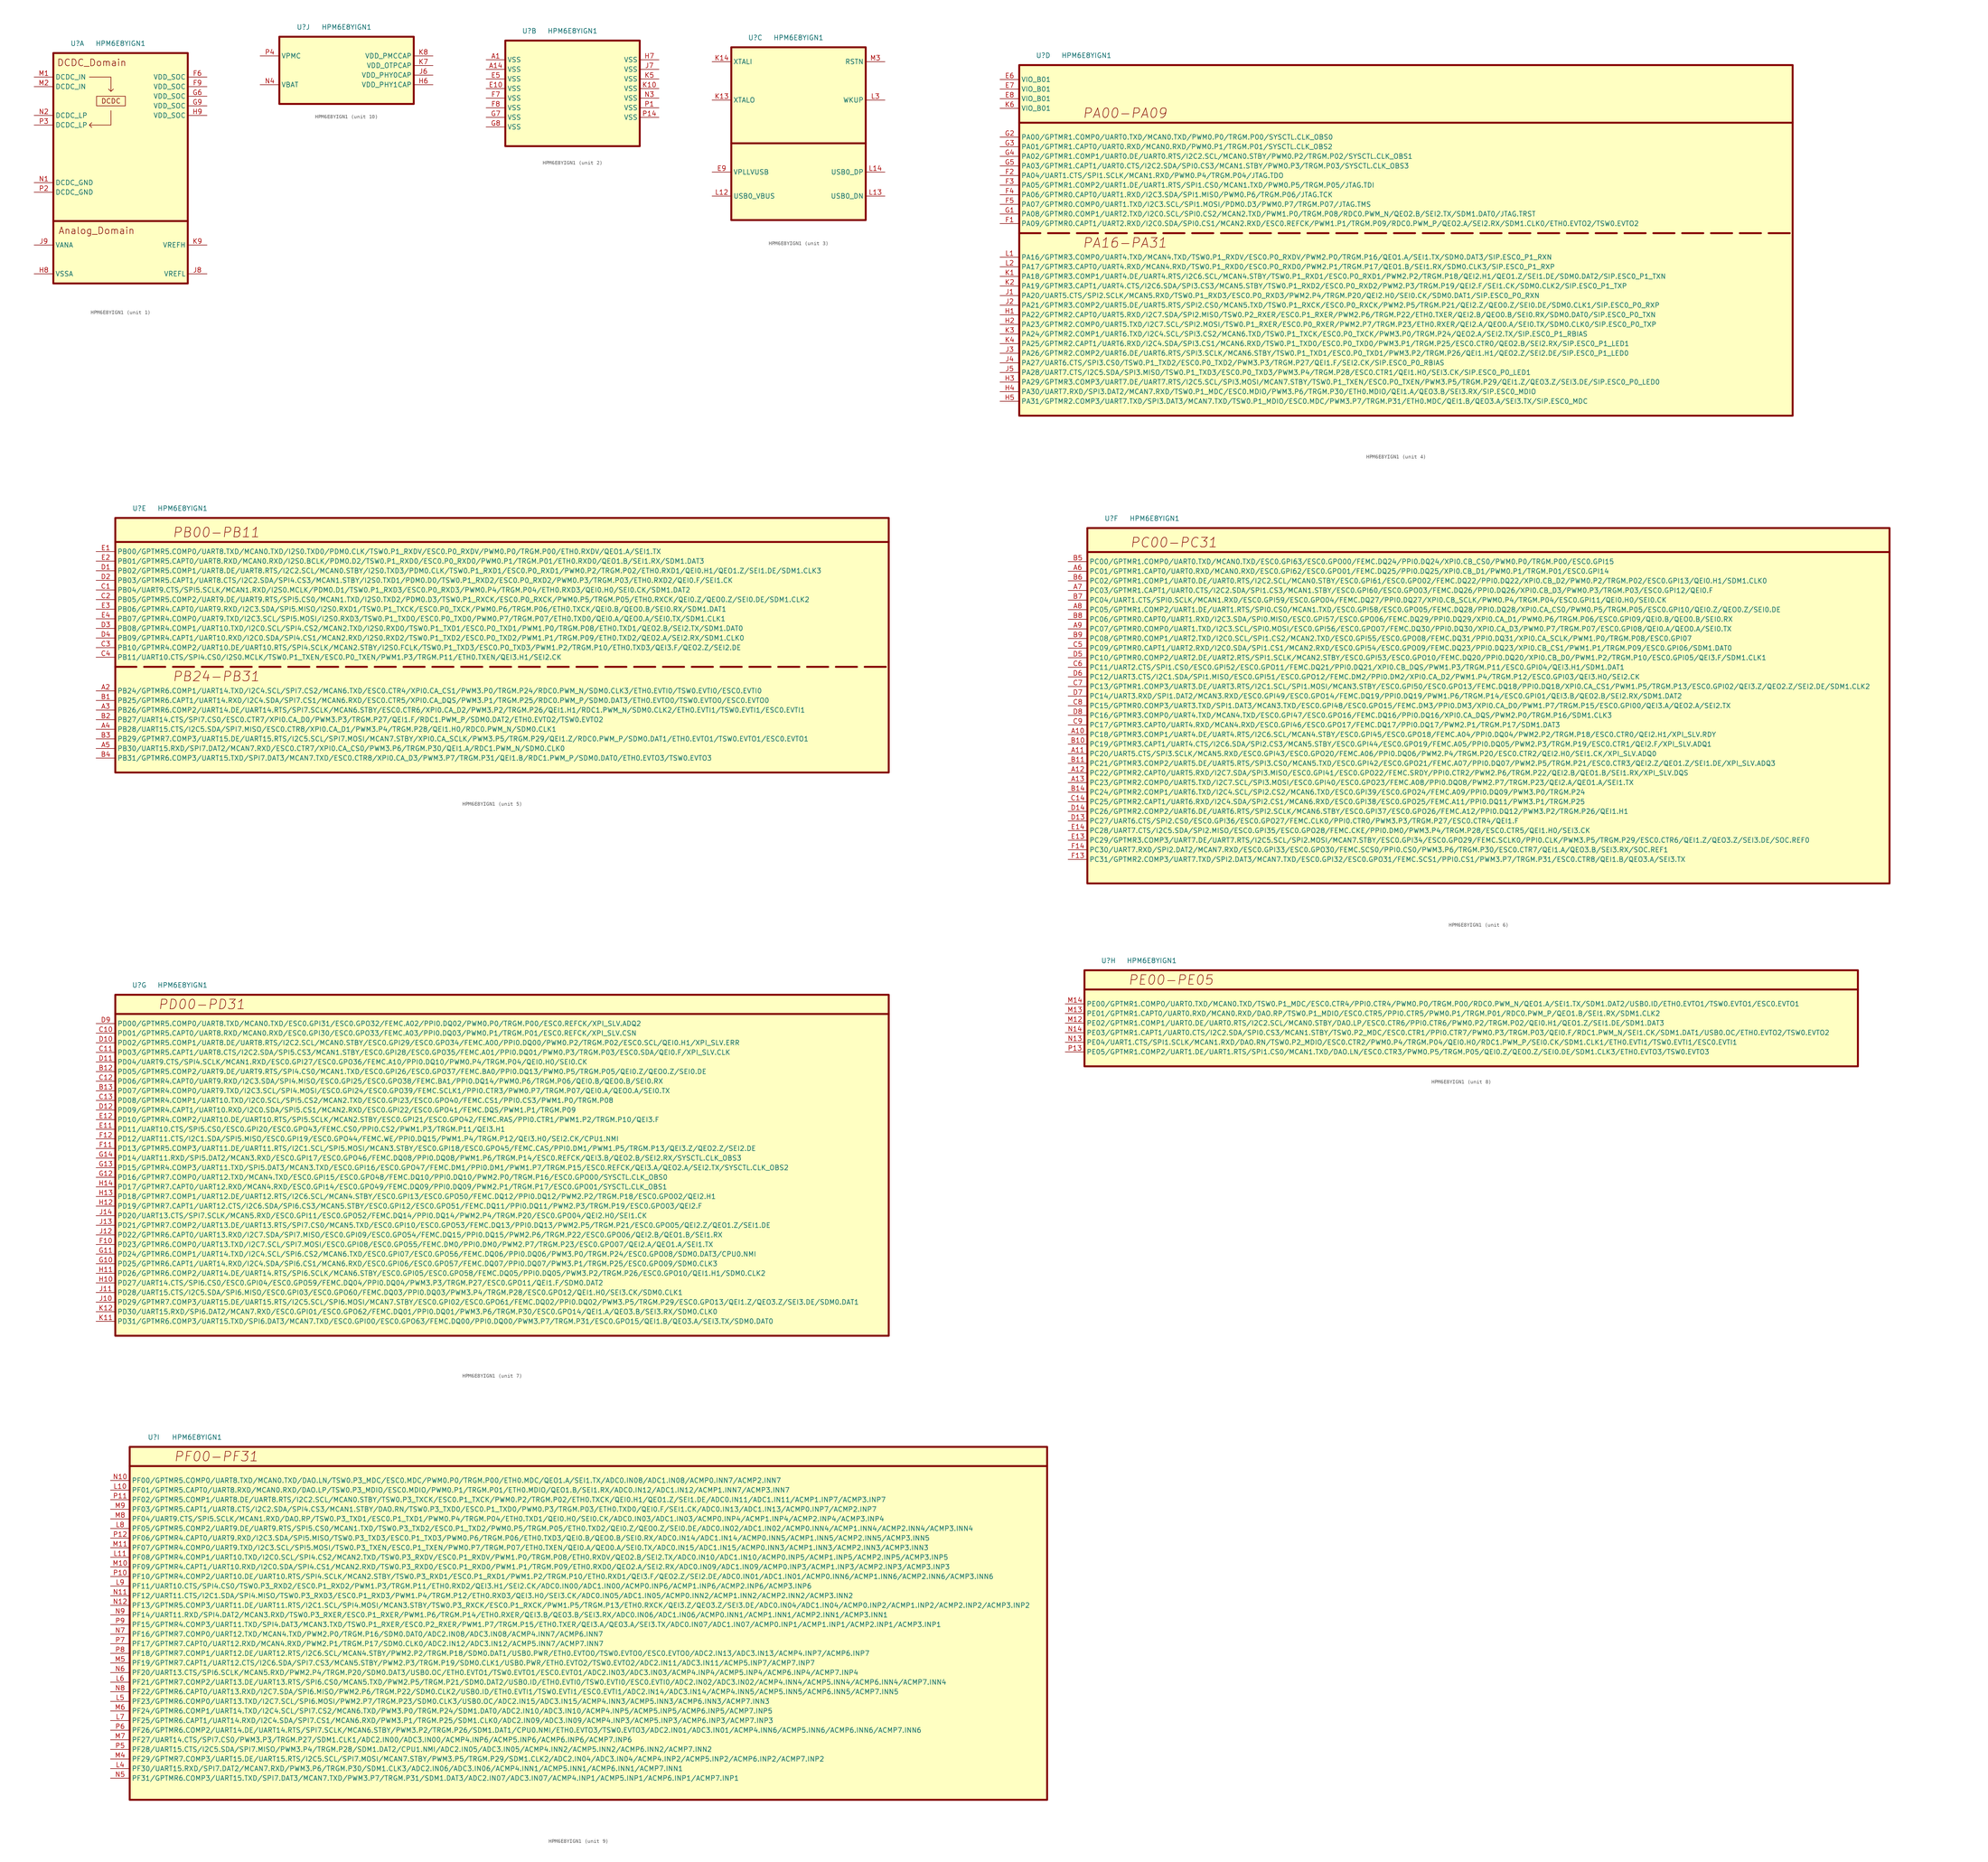
<source format=kicad_sym>
(kicad_symbol_lib
  (version 20220914)
  (generator kicad_symbol_editor)
  (symbol "HPM6E8YIGN1"
    (property "Reference" "U"
      (at 6.35 2.54 0)
      (effects (font (size 1.27 1.27))))
    (property "Value" "HPM6E8YIGN1"
      (at 17.78 2.54 0)
      (effects (font (size 1.27 1.27))))
    (property "ki_locked" ""
      (at 0 0 0)
      (effects (font (size 1.27 1.27))))
    (symbol "HPM6E8YIGN1_1_1"
      (polyline (pts (xy 0 -44.45) (xy 35.56 -44.45)) (stroke (width 0.508) (type default)) (fill (type none)))
      (polyline (pts (xy 9.525 -6.35) (xy 15.24 -6.35) (xy 15.24 -10.16) (xy 14.605 -9.525) (xy 15.24 -10.16) (xy 15.875 -9.525)) (stroke (width 0) (type default)) (fill (type none)))
      (polyline (pts (xy 15.24 -15.24) (xy 15.24 -19.05) (xy 9.525 -19.05) (xy 10.16 -18.415) (xy 9.525 -19.05) (xy 10.16 -19.685)) (stroke (width 0) (type default)) (fill (type none)))
      (rectangle (start 0 0) (end 35.56 -60.96) (stroke (width 0.508) (type default)) (fill (type background)))
      (rectangle (start 11.43 -11.43) (end 19.05 -13.97) (stroke (width 0) (type default)) (fill (type none)))
      (text "Analog_Domain" (at 11.43 -46.99 0) (effects (font (size 1.778 1.778))))
      (text "DCDC" (at 15.24 -12.7 0) (effects (font (size 1.27 1.27))))
      (text "DCDC_Domain" (at 10.16 -2.54 0) (effects (font (size 1.778 1.778))))
      (pin power_in line (at 40.64 -6.35 180) (length 5.08) (name "VDD_SOC" (effects (font (size 1.27 1.27)))) (number "F6" (effects (font (size 1.27 1.27)))))
      (pin power_in line (at 40.64 -8.89 180) (length 5.08) (name "VDD_SOC" (effects (font (size 1.27 1.27)))) (number "F9" (effects (font (size 1.27 1.27)))))
      (pin power_in line (at 40.64 -11.43 180) (length 5.08) (name "VDD_SOC" (effects (font (size 1.27 1.27)))) (number "G6" (effects (font (size 1.27 1.27)))))
      (pin power_in line (at 40.64 -13.97 180) (length 5.08) (name "VDD_SOC" (effects (font (size 1.27 1.27)))) (number "G9" (effects (font (size 1.27 1.27)))))
      (pin power_in line (at -5.08 -58.42 0) (length 5.08) (name "VSSA" (effects (font (size 1.27 1.27)))) (number "H8" (effects (font (size 1.27 1.27)))))
      (pin power_in line (at 40.64 -16.51 180) (length 5.08) (name "VDD_SOC" (effects (font (size 1.27 1.27)))) (number "H9" (effects (font (size 1.27 1.27)))))
      (pin power_in line (at 40.64 -58.42 180) (length 5.08) (name "VREFL" (effects (font (size 1.27 1.27)))) (number "J8" (effects (font (size 1.27 1.27)))))
      (pin power_in line (at -5.08 -50.8 0) (length 5.08) (name "VANA" (effects (font (size 1.27 1.27)))) (number "J9" (effects (font (size 1.27 1.27)))))
      (pin power_in line (at 40.64 -50.8 180) (length 5.08) (name "VREFH" (effects (font (size 1.27 1.27)))) (number "K9" (effects (font (size 1.27 1.27)))))
      (pin power_in line (at -5.08 -6.35 0) (length 5.08) (name "DCDC_IN" (effects (font (size 1.27 1.27)))) (number "M1" (effects (font (size 1.27 1.27)))))
      (pin power_in line (at -5.08 -8.89 0) (length 5.08) (name "DCDC_IN" (effects (font (size 1.27 1.27)))) (number "M2" (effects (font (size 1.27 1.27)))))
      (pin power_in line (at -5.08 -34.29 0) (length 5.08) (name "DCDC_GND" (effects (font (size 1.27 1.27)))) (number "N1" (effects (font (size 1.27 1.27)))))
      (pin power_in line (at -5.08 -16.51 0) (length 5.08) (name "DCDC_LP" (effects (font (size 1.27 1.27)))) (number "N2" (effects (font (size 1.27 1.27)))))
      (pin power_in line (at -5.08 -36.83 0) (length 5.08) (name "DCDC_GND" (effects (font (size 1.27 1.27)))) (number "P2" (effects (font (size 1.27 1.27)))))
      (pin power_in line (at -5.08 -19.05 0) (length 5.08) (name "DCDC_LP" (effects (font (size 1.27 1.27)))) (number "P3" (effects (font (size 1.27 1.27))))))
    (symbol "HPM6E8YIGN1_2_1"
      (rectangle (start 0 0) (end 35.56 -27.94) (stroke (width 0.508) (type default)) (fill (type background)))
      (pin power_in line (at -5.08 -5.08 0) (length 5.08) (name "VSS" (effects (font (size 1.27 1.27)))) (number "A1" (effects (font (size 1.27 1.27)))))
      (pin power_in line (at -5.08 -7.62 0) (length 5.08) (name "VSS" (effects (font (size 1.27 1.27)))) (number "A14" (effects (font (size 1.27 1.27)))))
      (pin power_in line (at -5.08 -12.7 0) (length 5.08) (name "VSS" (effects (font (size 1.27 1.27)))) (number "E10" (effects (font (size 1.27 1.27)))))
      (pin power_in line (at -5.08 -10.16 0) (length 5.08) (name "VSS" (effects (font (size 1.27 1.27)))) (number "E5" (effects (font (size 1.27 1.27)))))
      (pin power_in line (at -5.08 -15.24 0) (length 5.08) (name "VSS" (effects (font (size 1.27 1.27)))) (number "F7" (effects (font (size 1.27 1.27)))))
      (pin power_in line (at -5.08 -17.78 0) (length 5.08) (name "VSS" (effects (font (size 1.27 1.27)))) (number "F8" (effects (font (size 1.27 1.27)))))
      (pin power_in line (at -5.08 -20.32 0) (length 5.08) (name "VSS" (effects (font (size 1.27 1.27)))) (number "G7" (effects (font (size 1.27 1.27)))))
      (pin power_in line (at -5.08 -22.86 0) (length 5.08) (name "VSS" (effects (font (size 1.27 1.27)))) (number "G8" (effects (font (size 1.27 1.27)))))
      (pin power_in line (at 40.64 -5.08 180) (length 5.08) (name "VSS" (effects (font (size 1.27 1.27)))) (number "H7" (effects (font (size 1.27 1.27)))))
      (pin power_in line (at 40.64 -7.62 180) (length 5.08) (name "VSS" (effects (font (size 1.27 1.27)))) (number "J7" (effects (font (size 1.27 1.27)))))
      (pin power_in line (at 40.64 -12.7 180) (length 5.08) (name "VSS" (effects (font (size 1.27 1.27)))) (number "K10" (effects (font (size 1.27 1.27)))))
      (pin power_in line (at 40.64 -10.16 180) (length 5.08) (name "VSS" (effects (font (size 1.27 1.27)))) (number "K5" (effects (font (size 1.27 1.27)))))
      (pin power_in line (at 40.64 -15.24 180) (length 5.08) (name "VSS" (effects (font (size 1.27 1.27)))) (number "N3" (effects (font (size 1.27 1.27)))))
      (pin power_in line (at 40.64 -17.78 180) (length 5.08) (name "VSS" (effects (font (size 1.27 1.27)))) (number "P1" (effects (font (size 1.27 1.27)))))
      (pin power_in line (at 40.64 -20.32 180) (length 5.08) (name "VSS" (effects (font (size 1.27 1.27)))) (number "P14" (effects (font (size 1.27 1.27))))))
    (symbol "HPM6E8YIGN1_3_1"
      (polyline (pts (xy 0 -25.4) (xy 35.56 -25.4)) (stroke (width 0.508) (type default)) (fill (type none)))
      (rectangle (start 0 0) (end 35.56 -45.72) (stroke (width 0.508) (type default)) (fill (type background)))
      (pin input line (at -5.08 -33.02 0) (length 5.08) (name "VPLLVUSB" (effects (font (size 1.27 1.27)))) (number "E9" (effects (font (size 1.27 1.27)))))
      (pin input line (at -5.08 -13.97 0) (length 5.08) (name "XTALO" (effects (font (size 1.27 1.27)))) (number "K13" (effects (font (size 1.27 1.27)))))
      (pin input line (at -5.08 -3.81 0) (length 5.08) (name "XTALI" (effects (font (size 1.27 1.27)))) (number "K14" (effects (font (size 1.27 1.27)))))
      (pin input line (at -5.08 -39.37 0) (length 5.08) (name "USB0_VBUS" (effects (font (size 1.27 1.27)))) (number "L12" (effects (font (size 1.27 1.27)))))
      (pin input line (at 40.64 -39.37 180) (length 5.08) (name "USB0_DN" (effects (font (size 1.27 1.27)))) (number "L13" (effects (font (size 1.27 1.27)))))
      (pin input line (at 40.64 -33.02 180) (length 5.08) (name "USB0_DP" (effects (font (size 1.27 1.27)))) (number "L14" (effects (font (size 1.27 1.27)))))
      (pin input line (at 40.64 -13.97 180) (length 5.08) (name "WKUP" (effects (font (size 1.27 1.27)))) (number "L3" (effects (font (size 1.27 1.27)))))
      (pin input line (at 40.64 -3.81 180) (length 5.08) (name "RSTN" (effects (font (size 1.27 1.27)))) (number "M3" (effects (font (size 1.27 1.27))))))
    (symbol "HPM6E8YIGN1_4_1"
      (polyline (pts (xy 0 -44.45) (xy 204.47 -44.45)) (stroke (width 0.508) (type dash)) (fill (type none)))
      (polyline (pts (xy 0 -15.24) (xy 204.47 -15.24)) (stroke (width 0.508) (type default)) (fill (type none)))
      (rectangle (start 0 0) (end 204.47 -92.71) (stroke (width 0.508) (type default)) (fill (type background)))
      (text "PA00-PA09" (at 27.94 -12.7 0) (effects (font (size 2.54 2.54) italic)))
      (text "PA16-PA31" (at 27.94 -46.99 0) (effects (font (size 2.54 2.54) italic)))
      (pin input line (at -5.08 -3.81 0) (length 5.08) (name "VIO_B01" (effects (font (size 1.27 1.27)))) (number "E6" (effects (font (size 1.27 1.27)))))
      (pin input line (at -5.08 -6.35 0) (length 5.08) (name "VIO_B01" (effects (font (size 1.27 1.27)))) (number "E7" (effects (font (size 1.27 1.27)))))
      (pin input line (at -5.08 -8.89 0) (length 5.08) (name "VIO_B01" (effects (font (size 1.27 1.27)))) (number "E8" (effects (font (size 1.27 1.27)))))
      (pin input line (at -5.08 -41.91 0) (length 5.08) (name "PA09/GPTMR0.CAPT1/UART2.RXD/I2C0.SDA/SPI0.CS1/MCAN2.RXD/ESC0.REFCK/PWM1.P1/TRGM.P09/RDC0.PWM_P/QEO2.A/SEI2.RX/SDM1.CLK0/ETH0.EVTO2/TSW0.EVTO2" (effects (font (size 1.27 1.27)))) (number "F1" (effects (font (size 1.27 1.27)))))
      (pin input line (at -5.08 -29.21 0) (length 5.08) (name "PA04/UART1.CTS/SPI1.SCLK/MCAN1.RXD/PWM0.P4/TRGM.P04/JTAG.TDO" (effects (font (size 1.27 1.27)))) (number "F2" (effects (font (size 1.27 1.27)))))
      (pin input line (at -5.08 -31.75 0) (length 5.08) (name "PA05/GPTMR1.COMP2/UART1.DE/UART1.RTS/SPI1.CS0/MCAN1.TXD/PWM0.P5/TRGM.P05/JTAG.TDI" (effects (font (size 1.27 1.27)))) (number "F3" (effects (font (size 1.27 1.27)))))
      (pin input line (at -5.08 -34.29 0) (length 5.08) (name "PA06/GPTMR0.CAPT0/UART1.RXD/I2C3.SDA/SPI1.MISO/PWM0.P6/TRGM.P06/JTAG.TCK" (effects (font (size 1.27 1.27)))) (number "F4" (effects (font (size 1.27 1.27)))))
      (pin input line (at -5.08 -36.83 0) (length 5.08) (name "PA07/GPTMR0.COMP0/UART1.TXD/I2C3.SCL/SPI1.MOSI/PDM0.D3/PWM0.P7/TRGM.P07/JTAG.TMS" (effects (font (size 1.27 1.27)))) (number "F5" (effects (font (size 1.27 1.27)))))
      (pin input line (at -5.08 -39.37 0) (length 5.08) (name "PA08/GPTMR0.COMP1/UART2.TXD/I2C0.SCL/SPI0.CS2/MCAN2.TXD/PWM1.P0/TRGM.P08/RDC0.PWM_N/QEO2.B/SEI2.TX/SDM1.DAT0/JTAG.TRST" (effects (font (size 1.27 1.27)))) (number "G1" (effects (font (size 1.27 1.27)))))
      (pin input line (at -5.08 -19.05 0) (length 5.08) (name "PA00/GPTMR1.COMP0/UART0.TXD/MCAN0.TXD/PWM0.P0/TRGM.P00/SYSCTL.CLK_OBS0" (effects (font (size 1.27 1.27)))) (number "G2" (effects (font (size 1.27 1.27)))))
      (pin input line (at -5.08 -21.59 0) (length 5.08) (name "PA01/GPTMR1.CAPT0/UART0.RXD/MCAN0.RXD/PWM0.P1/TRGM.P01/SYSCTL.CLK_OBS2" (effects (font (size 1.27 1.27)))) (number "G3" (effects (font (size 1.27 1.27)))))
      (pin input line (at -5.08 -24.13 0) (length 5.08) (name "PA02/GPTMR1.COMP1/UART0.DE/UART0.RTS/I2C2.SCL/MCAN0.STBY/PWM0.P2/TRGM.P02/SYSCTL.CLK_OBS1" (effects (font (size 1.27 1.27)))) (number "G4" (effects (font (size 1.27 1.27)))))
      (pin input line (at -5.08 -26.67 0) (length 5.08) (name "PA03/GPTMR1.CAPT1/UART0.CTS/I2C2.SDA/SPI0.CS3/MCAN1.STBY/PWM0.P3/TRGM.P03/SYSCTL.CLK_OBS3" (effects (font (size 1.27 1.27)))) (number "G5" (effects (font (size 1.27 1.27)))))
      (pin input line (at -5.08 -66.04 0) (length 5.08) (name "PA22/GPTMR2.CAPT0/UART5.RXD/I2C7.SDA/SPI2.MISO/TSW0.P2_RXER/ESC0.P1_RXER/PWM2.P6/TRGM.P22/ETH0.TXER/QEI2.B/QEO0.B/SEI0.RX/SDM0.DAT0/SIP.ESC0_P0_TXN" (effects (font (size 1.27 1.27)))) (number "H1" (effects (font (size 1.27 1.27)))))
      (pin input line (at -5.08 -68.58 0) (length 5.08) (name "PA23/GPTMR2.COMP0/UART5.TXD/I2C7.SCL/SPI2.MOSI/TSW0.P1_RXER/ESC0.P0_RXER/PWM2.P7/TRGM.P23/ETH0.RXER/QEI2.A/QEO0.A/SEI0.TX/SDM0.CLK0/SIP.ESC0_P0_TXP" (effects (font (size 1.27 1.27)))) (number "H2" (effects (font (size 1.27 1.27)))))
      (pin input line (at -5.08 -83.82 0) (length 5.08) (name "PA29/GPTMR3.COMP3/UART7.DE/UART7.RTS/I2C5.SCL/SPI3.MOSI/MCAN7.STBY/TSW0.P1_TXEN/ESC0.P0_TXEN/PWM3.P5/TRGM.P29/QEI1.Z/QEO3.Z/SEI3.DE/SIP.ESC0_P0_LED0" (effects (font (size 1.27 1.27)))) (number "H3" (effects (font (size 1.27 1.27)))))
      (pin input line (at -5.08 -86.36 0) (length 5.08) (name "PA30/UART7.RXD/SPI3.DAT2/MCAN7.RXD/TSW0.P1_MDC/ESC0.MDIO/PWM3.P6/TRGM.P30/ETH0.MDIO/QEI1.A/QEO3.B/SEI3.RX/SIP.ESC0_MDIO" (effects (font (size 1.27 1.27)))) (number "H4" (effects (font (size 1.27 1.27)))))
      (pin input line (at -5.08 -88.9 0) (length 5.08) (name "PA31/GPTMR2.COMP3/UART7.TXD/SPI3.DAT3/MCAN7.TXD/TSW0.P1_MDIO/ESC0.MDC/PWM3.P7/TRGM.P31/ETH0.MDC/QEI1.B/QEO3.A/SEI3.TX/SIP.ESC0_MDC" (effects (font (size 1.27 1.27)))) (number "H5" (effects (font (size 1.27 1.27)))))
      (pin input line (at -5.08 -60.96 0) (length 5.08) (name "PA20/UART5.CTS/SPI2.SCLK/MCAN5.RXD/TSW0.P1_RXD3/ESC0.P0_RXD3/PWM2.P4/TRGM.P20/QEI2.H0/SEI0.CK/SDM0.DAT1/SIP.ESC0_P0_RXN" (effects (font (size 1.27 1.27)))) (number "J1" (effects (font (size 1.27 1.27)))))
      (pin input line (at -5.08 -63.5 0) (length 5.08) (name "PA21/GPTMR3.COMP2/UART5.DE/UART5.RTS/SPI2.CS0/MCAN5.TXD/TSW0.P1_RXCK/ESC0.P0_RXCK/PWM2.P5/TRGM.P21/QEI2.Z/QEO0.Z/SEI0.DE/SDM0.CLK1/SIP.ESC0_P0_RXP" (effects (font (size 1.27 1.27)))) (number "J2" (effects (font (size 1.27 1.27)))))
      (pin input line (at -5.08 -76.2 0) (length 5.08) (name "PA26/GPTMR2.COMP2/UART6.DE/UART6.RTS/SPI3.SCLK/MCAN6.STBY/TSW0.P1_TXD1/ESC0.P0_TXD1/PWM3.P2/TRGM.P26/QEI1.H1/QEO2.Z/SEI2.DE/SIP.ESC0_P1_LED0" (effects (font (size 1.27 1.27)))) (number "J3" (effects (font (size 1.27 1.27)))))
      (pin input line (at -5.08 -78.74 0) (length 5.08) (name "PA27/UART6.CTS/SPI3.CS0/TSW0.P1_TXD2/ESC0.P0_TXD2/PWM3.P3/TRGM.P27/QEI1.F/SEI2.CK/SIP.ESC0_P0_RBIAS" (effects (font (size 1.27 1.27)))) (number "J4" (effects (font (size 1.27 1.27)))))
      (pin input line (at -5.08 -81.28 0) (length 5.08) (name "PA28/UART7.CTS/I2C5.SDA/SPI3.MISO/TSW0.P1_TXD3/ESC0.P0_TXD3/PWM3.P4/TRGM.P28/ESC0.CTR1/QEI1.H0/SEI3.CK/SIP.ESC0_P0_LED1" (effects (font (size 1.27 1.27)))) (number "J5" (effects (font (size 1.27 1.27)))))
      (pin input line (at -5.08 -55.88 0) (length 5.08) (name "PA18/GPTMR3.COMP1/UART4.DE/UART4.RTS/I2C6.SCL/MCAN4.STBY/TSW0.P1_RXD1/ESC0.P0_RXD1/PWM2.P2/TRGM.P18/QEI2.H1/QEO1.Z/SEI1.DE/SDM0.DAT2/SIP.ESC0_P1_TXN" (effects (font (size 1.27 1.27)))) (number "K1" (effects (font (size 1.27 1.27)))))
      (pin input line (at -5.08 -58.42 0) (length 5.08) (name "PA19/GPTMR3.CAPT1/UART4.CTS/I2C6.SDA/SPI3.CS3/MCAN5.STBY/TSW0.P1_RXD2/ESC0.P0_RXD2/PWM2.P3/TRGM.P19/QEI2.F/SEI1.CK/SDM0.CLK2/SIP.ESC0_P1_TXP" (effects (font (size 1.27 1.27)))) (number "K2" (effects (font (size 1.27 1.27)))))
      (pin input line (at -5.08 -71.12 0) (length 5.08) (name "PA24/GPTMR2.COMP1/UART6.TXD/I2C4.SCL/SPI3.CS2/MCAN6.TXD/TSW0.P1_TXCK/ESC0.P0_TXCK/PWM3.P0/TRGM.P24/QEO2.A/SEI2.TX/SIP.ESC0_P1_RBIAS" (effects (font (size 1.27 1.27)))) (number "K3" (effects (font (size 1.27 1.27)))))
      (pin input line (at -5.08 -73.66 0) (length 5.08) (name "PA25/GPTMR2.CAPT1/UART6.RXD/I2C4.SDA/SPI3.CS1/MCAN6.RXD/TSW0.P1_TXD0/ESC0.P0_TXD0/PWM3.P1/TRGM.P25/ESC0.CTR0/QEO2.B/SEI2.RX/SIP.ESC0_P1_LED1" (effects (font (size 1.27 1.27)))) (number "K4" (effects (font (size 1.27 1.27)))))
      (pin input line (at -5.08 -11.43 0) (length 5.08) (name "VIO_B01" (effects (font (size 1.27 1.27)))) (number "K6" (effects (font (size 1.27 1.27)))))
      (pin input line (at -5.08 -50.8 0) (length 5.08) (name "PA16/GPTMR3.COMP0/UART4.TXD/MCAN4.TXD/TSW0.P1_RXDV/ESC0.P0_RXDV/PWM2.P0/TRGM.P16/QEO1.A/SEI1.TX/SDM0.DAT3/SIP.ESC0_P1_RXN" (effects (font (size 1.27 1.27)))) (number "L1" (effects (font (size 1.27 1.27)))))
      (pin input line (at -5.08 -53.34 0) (length 5.08) (name "PA17/GPTMR3.CAPT0/UART4.RXD/MCAN4.RXD/TSW0.P1_RXD0/ESC0.P0_RXD0/PWM2.P1/TRGM.P17/QEO1.B/SEI1.RX/SDM0.CLK3/SIP.ESC0_P1_RXP" (effects (font (size 1.27 1.27)))) (number "L2" (effects (font (size 1.27 1.27))))))
    (symbol "HPM6E8YIGN1_5_1"
      (polyline (pts (xy 0 -39.37) (xy 204.47 -39.37)) (stroke (width 0.508) (type dash)) (fill (type none)))
      (polyline (pts (xy 0 -6.35) (xy 204.47 -6.35)) (stroke (width 0.508) (type solid)) (fill (type none)))
      (rectangle (start 0 0) (end 204.47 -67.31) (stroke (width 0.508) (type default)) (fill (type background)))
      (text "PB00-PB11" (at 26.67 -3.81 0) (effects (font (size 2.54 2.54) italic)))
      (text "PB24-PB31" (at 26.67 -41.91 0) (effects (font (size 2.54 2.54) italic)))
      (pin input line (at -5.08 -45.72 0) (length 5.08) (name "PB24/GPTMR6.COMP1/UART14.TXD/I2C4.SCL/SPI7.CS2/MCAN6.TXD/ESC0.CTR4/XPI0.CA_CS1/PWM3.P0/TRGM.P24/RDC0.PWM_N/SDM0.CLK3/ETH0.EVTI0/TSW0.EVTI0/ESC0.EVTI0" (effects (font (size 1.27 1.27)))) (number "A2" (effects (font (size 1.27 1.27)))))
      (pin input line (at -5.08 -50.8 0) (length 5.08) (name "PB26/GPTMR6.COMP2/UART14.DE/UART14.RTS/SPI7.SCLK/MCAN6.STBY/ESC0.CTR6/XPI0.CA_D2/PWM3.P2/TRGM.P26/QEI1.H1/RDC1.PWM_N/SDM0.CLK2/ETH0.EVTI1/TSW0.EVTI1/ESC0.EVTI1" (effects (font (size 1.27 1.27)))) (number "A3" (effects (font (size 1.27 1.27)))))
      (pin input line (at -5.08 -55.88 0) (length 5.08) (name "PB28/UART15.CTS/I2C5.SDA/SPI7.MISO/ESC0.CTR8/XPI0.CA_D1/PWM3.P4/TRGM.P28/QEI1.H0/RDC0.PWM_N/SDM0.CLK1" (effects (font (size 1.27 1.27)))) (number "A4" (effects (font (size 1.27 1.27)))))
      (pin input line (at -5.08 -60.96 0) (length 5.08) (name "PB30/UART15.RXD/SPI7.DAT2/MCAN7.RXD/ESC0.CTR7/XPI0.CA_CS0/PWM3.P6/TRGM.P30/QEI1.A/RDC1.PWM_N/SDM0.CLK0" (effects (font (size 1.27 1.27)))) (number "A5" (effects (font (size 1.27 1.27)))))
      (pin input line (at -5.08 -48.26 0) (length 5.08) (name "PB25/GPTMR6.CAPT1/UART14.RXD/I2C4.SDA/SPI7.CS1/MCAN6.RXD/ESC0.CTR5/XPI0.CA_DQS/PWM3.P1/TRGM.P25/RDC0.PWM_P/SDM0.DAT3/ETH0.EVTO0/TSW0.EVTO0/ESC0.EVTO0" (effects (font (size 1.27 1.27)))) (number "B1" (effects (font (size 1.27 1.27)))))
      (pin input line (at -5.08 -53.34 0) (length 5.08) (name "PB27/UART14.CTS/SPI7.CS0/ESC0.CTR7/XPI0.CA_D0/PWM3.P3/TRGM.P27/QEI1.F/RDC1.PWM_P/SDM0.DAT2/ETH0.EVTO2/TSW0.EVTO2" (effects (font (size 1.27 1.27)))) (number "B2" (effects (font (size 1.27 1.27)))))
      (pin input line (at -5.08 -58.42 0) (length 5.08) (name "PB29/GPTMR7.COMP3/UART15.DE/UART15.RTS/I2C5.SCL/SPI7.MOSI/MCAN7.STBY/XPI0.CA_SCLK/PWM3.P5/TRGM.P29/QEI1.Z/RDC0.PWM_P/SDM0.DAT1/ETH0.EVTO1/TSW0.EVTO1/ESC0.EVTO1" (effects (font (size 1.27 1.27)))) (number "B3" (effects (font (size 1.27 1.27)))))
      (pin input line (at -5.08 -63.5 0) (length 5.08) (name "PB31/GPTMR6.COMP3/UART15.TXD/SPI7.DAT3/MCAN7.TXD/ESC0.CTR8/XPI0.CA_D3/PWM3.P7/TRGM.P31/QEI1.B/RDC1.PWM_P/SDM0.DAT0/ETH0.EVTO3/TSW0.EVTO3" (effects (font (size 1.27 1.27)))) (number "B4" (effects (font (size 1.27 1.27)))))
      (pin input line (at -5.08 -19.05 0) (length 5.08) (name "PB04/UART9.CTS/SPI5.SCLK/MCAN1.RXD/I2S0.MCLK/PDM0.D1/TSW0.P1_RXD3/ESC0.P0_RXD3/PWM0.P4/TRGM.P04/ETH0.RXD3/QEI0.H0/SEI0.CK/SDM1.DAT2" (effects (font (size 1.27 1.27)))) (number "C1" (effects (font (size 1.27 1.27)))))
      (pin input line (at -5.08 -21.59 0) (length 5.08) (name "PB05/GPTMR5.COMP2/UART9.DE/UART9.RTS/SPI5.CS0/MCAN1.TXD/I2S0.TXD2/PDM0.D3/TSW0.P1_RXCK/ESC0.P0_RXCK/PWM0.P5/TRGM.P05/ETH0.RXCK/QEI0.Z/QEO0.Z/SEI0.DE/SDM1.CLK2" (effects (font (size 1.27 1.27)))) (number "C2" (effects (font (size 1.27 1.27)))))
      (pin input line (at -5.08 -34.29 0) (length 5.08) (name "PB10/GPTMR4.COMP2/UART10.DE/UART10.RTS/SPI4.SCLK/MCAN2.STBY/I2S0.FCLK/TSW0.P1_TXD3/ESC0.P0_TXD3/PWM1.P2/TRGM.P10/ETH0.TXD3/QEI3.F/QEO2.Z/SEI2.DE" (effects (font (size 1.27 1.27)))) (number "C3" (effects (font (size 1.27 1.27)))))
      (pin input line (at -5.08 -36.83 0) (length 5.08) (name "PB11/UART10.CTS/SPI4.CS0/I2S0.MCLK/TSW0.P1_TXEN/ESC0.P0_TXEN/PWM1.P3/TRGM.P11/ETH0.TXEN/QEI3.H1/SEI2.CK" (effects (font (size 1.27 1.27)))) (number "C4" (effects (font (size 1.27 1.27)))))
      (pin input line (at -5.08 -13.97 0) (length 5.08) (name "PB02/GPTMR5.COMP1/UART8.DE/UART8.RTS/I2C2.SCL/MCAN0.STBY/I2S0.TXD3/PDM0.CLK/TSW0.P1_RXD1/ESC0.P0_RXD1/PWM0.P2/TRGM.P02/ETH0.RXD1/QEI0.H1/QEO1.Z/SEI1.DE/SDM1.CLK3" (effects (font (size 1.27 1.27)))) (number "D1" (effects (font (size 1.27 1.27)))))
      (pin input line (at -5.08 -16.51 0) (length 5.08) (name "PB03/GPTMR5.CAPT1/UART8.CTS/I2C2.SDA/SPI4.CS3/MCAN1.STBY/I2S0.TXD1/PDM0.D0/TSW0.P1_RXD2/ESC0.P0_RXD2/PWM0.P3/TRGM.P03/ETH0.RXD2/QEI0.F/SEI1.CK" (effects (font (size 1.27 1.27)))) (number "D2" (effects (font (size 1.27 1.27)))))
      (pin input line (at -5.08 -29.21 0) (length 5.08) (name "PB08/GPTMR4.COMP1/UART10.TXD/I2C0.SCL/SPI4.CS2/MCAN2.TXD/I2S0.RXD0/TSW0.P1_TXD1/ESC0.P0_TXD1/PWM1.P0/TRGM.P08/ETH0.TXD1/QEO2.B/SEI2.TX/SDM1.DAT0" (effects (font (size 1.27 1.27)))) (number "D3" (effects (font (size 1.27 1.27)))))
      (pin input line (at -5.08 -31.75 0) (length 5.08) (name "PB09/GPTMR4.CAPT1/UART10.RXD/I2C0.SDA/SPI4.CS1/MCAN2.RXD/I2S0.RXD2/TSW0.P1_TXD2/ESC0.P0_TXD2/PWM1.P1/TRGM.P09/ETH0.TXD2/QEO2.A/SEI2.RX/SDM1.CLK0" (effects (font (size 1.27 1.27)))) (number "D4" (effects (font (size 1.27 1.27)))))
      (pin input line (at -5.08 -8.89 0) (length 5.08) (name "PB00/GPTMR5.COMP0/UART8.TXD/MCAN0.TXD/I2S0.TXD0/PDM0.CLK/TSW0.P1_RXDV/ESC0.P0_RXDV/PWM0.P0/TRGM.P00/ETH0.RXDV/QEO1.A/SEI1.TX" (effects (font (size 1.27 1.27)))) (number "E1" (effects (font (size 1.27 1.27)))))
      (pin input line (at -5.08 -11.43 0) (length 5.08) (name "PB01/GPTMR5.CAPT0/UART8.RXD/MCAN0.RXD/I2S0.BCLK/PDM0.D2/TSW0.P1_RXD0/ESC0.P0_RXD0/PWM0.P1/TRGM.P01/ETH0.RXD0/QEO1.B/SEI1.RX/SDM1.DAT3" (effects (font (size 1.27 1.27)))) (number "E2" (effects (font (size 1.27 1.27)))))
      (pin input line (at -5.08 -24.13 0) (length 5.08) (name "PB06/GPTMR4.CAPT0/UART9.RXD/I2C3.SDA/SPI5.MISO/I2S0.RXD1/TSW0.P1_TXCK/ESC0.P0_TXCK/PWM0.P6/TRGM.P06/ETH0.TXCK/QEI0.B/QEO0.B/SEI0.RX/SDM1.DAT1" (effects (font (size 1.27 1.27)))) (number "E3" (effects (font (size 1.27 1.27)))))
      (pin input line (at -5.08 -26.67 0) (length 5.08) (name "PB07/GPTMR4.COMP0/UART9.TXD/I2C3.SCL/SPI5.MOSI/I2S0.RXD3/TSW0.P1_TXD0/ESC0.P0_TXD0/PWM0.P7/TRGM.P07/ETH0.TXD0/QEI0.A/QEO0.A/SEI0.TX/SDM1.CLK1" (effects (font (size 1.27 1.27)))) (number "E4" (effects (font (size 1.27 1.27))))))
    (symbol "HPM6E8YIGN1_6_1"
      (polyline (pts (xy 0 -6.35) (xy 212.09 -6.35)) (stroke (width 0.508) (type solid)) (fill (type none)))
      (rectangle (start 0 0) (end 212.09 -93.98) (stroke (width 0.508) (type default)) (fill (type background)))
      (text "PC00-PC31" (at 22.86 -3.81 0) (effects (font (size 2.54 2.54) italic)))
      (pin input line (at -5.08 -54.61 0) (length 5.08) (name "PC18/GPTMR3.COMP1/UART4.DE/UART4.RTS/I2C6.SCL/MCAN4.STBY/ESC0.GPI45/ESC0.GPO18/FEMC.A04/PPI0.DQ04/PWM2.P2/TRGM.P18/ESC0.CTR0/QEI2.H1/XPI_SLV.RDY" (effects (font (size 1.27 1.27)))) (number "A10" (effects (font (size 1.27 1.27)))))
      (pin input line (at -5.08 -59.69 0) (length 5.08) (name "PC20/UART5.CTS/SPI3.SCLK/MCAN5.RXD/ESC0.GPI43/ESC0.GPO20/FEMC.A06/PPI0.DQ06/PWM2.P4/TRGM.P20/ESC0.CTR2/QEI2.H0/SEI1.CK/XPI_SLV.ADQ0" (effects (font (size 1.27 1.27)))) (number "A11" (effects (font (size 1.27 1.27)))))
      (pin input line (at -5.08 -64.77 0) (length 5.08) (name "PC22/GPTMR2.CAPT0/UART5.RXD/I2C7.SDA/SPI3.MISO/ESC0.GPI41/ESC0.GPO22/FEMC.SRDY/PPI0.CTR2/PWM2.P6/TRGM.P22/QEI2.B/QEO1.B/SEI1.RX/XPI_SLV.DQS" (effects (font (size 1.27 1.27)))) (number "A12" (effects (font (size 1.27 1.27)))))
      (pin input line (at -5.08 -67.31 0) (length 5.08) (name "PC23/GPTMR2.COMP0/UART5.TXD/I2C7.SCL/SPI3.MOSI/ESC0.GPI40/ESC0.GPO23/FEMC.A08/PPI0.DQ08/PWM2.P7/TRGM.P23/QEI2.A/QEO1.A/SEI1.TX" (effects (font (size 1.27 1.27)))) (number "A13" (effects (font (size 1.27 1.27)))))
      (pin input line (at -5.08 -11.43 0) (length 5.08) (name "PC01/GPTMR1.CAPT0/UART0.RXD/MCAN0.RXD/ESC0.GPI62/ESC0.GPO01/FEMC.DQ25/PPI0.DQ25/XPI0.CB_D1/PWM0.P1/TRGM.P01/ESC0.GPI14" (effects (font (size 1.27 1.27)))) (number "A6" (effects (font (size 1.27 1.27)))))
      (pin input line (at -5.08 -16.51 0) (length 5.08) (name "PC03/GPTMR1.CAPT1/UART0.CTS/I2C2.SDA/SPI1.CS3/MCAN1.STBY/ESC0.GPI60/ESC0.GPO03/FEMC.DQ26/PPI0.DQ26/XPI0.CB_D3/PWM0.P3/TRGM.P03/ESC0.GPI12/QEI0.F" (effects (font (size 1.27 1.27)))) (number "A7" (effects (font (size 1.27 1.27)))))
      (pin input line (at -5.08 -21.59 0) (length 5.08) (name "PC05/GPTMR1.COMP2/UART1.DE/UART1.RTS/SPI0.CS0/MCAN1.TXD/ESC0.GPI58/ESC0.GPO05/FEMC.DQ28/PPI0.DQ28/XPI0.CA_CS0/PWM0.P5/TRGM.P05/ESC0.GPI10/QEI0.Z/QEO0.Z/SEI0.DE" (effects (font (size 1.27 1.27)))) (number "A8" (effects (font (size 1.27 1.27)))))
      (pin input line (at -5.08 -26.67 0) (length 5.08) (name "PC07/GPTMR0.COMP0/UART1.TXD/I2C3.SCL/SPI0.MOSI/ESC0.GPI56/ESC0.GPO07/FEMC.DQ30/PPI0.DQ30/XPI0.CA_D3/PWM0.P7/TRGM.P07/ESC0.GPI08/QEI0.A/QEO0.A/SEI0.TX" (effects (font (size 1.27 1.27)))) (number "A9" (effects (font (size 1.27 1.27)))))
      (pin input line (at -5.08 -57.15 0) (length 5.08) (name "PC19/GPTMR3.CAPT1/UART4.CTS/I2C6.SDA/SPI2.CS3/MCAN5.STBY/ESC0.GPI44/ESC0.GPO19/FEMC.A05/PPI0.DQ05/PWM2.P3/TRGM.P19/ESC0.CTR1/QEI2.F/XPI_SLV.ADQ1" (effects (font (size 1.27 1.27)))) (number "B10" (effects (font (size 1.27 1.27)))))
      (pin input line (at -5.08 -62.23 0) (length 5.08) (name "PC21/GPTMR3.COMP2/UART5.DE/UART5.RTS/SPI3.CS0/MCAN5.TXD/ESC0.GPI42/ESC0.GPO21/FEMC.A07/PPI0.DQ07/PWM2.P5/TRGM.P21/ESC0.CTR3/QEI2.Z/QEO1.Z/SEI1.DE/XPI_SLV.ADQ3" (effects (font (size 1.27 1.27)))) (number "B11" (effects (font (size 1.27 1.27)))))
      (pin input line (at -5.08 -69.85 0) (length 5.08) (name "PC24/GPTMR2.COMP1/UART6.TXD/I2C4.SCL/SPI2.CS2/MCAN6.TXD/ESC0.GPI39/ESC0.GPO24/FEMC.A09/PPI0.DQ09/PWM3.P0/TRGM.P24" (effects (font (size 1.27 1.27)))) (number "B14" (effects (font (size 1.27 1.27)))))
      (pin input line (at -5.08 -8.89 0) (length 5.08) (name "PC00/GPTMR1.COMP0/UART0.TXD/MCAN0.TXD/ESC0.GPI63/ESC0.GPO00/FEMC.DQ24/PPI0.DQ24/XPI0.CB_CS0/PWM0.P0/TRGM.P00/ESC0.GPI15" (effects (font (size 1.27 1.27)))) (number "B5" (effects (font (size 1.27 1.27)))))
      (pin input line (at -5.08 -13.97 0) (length 5.08) (name "PC02/GPTMR1.COMP1/UART0.DE/UART0.RTS/I2C2.SCL/MCAN0.STBY/ESC0.GPI61/ESC0.GPO02/FEMC.DQ22/PPI0.DQ22/XPI0.CB_D2/PWM0.P2/TRGM.P02/ESC0.GPI13/QEI0.H1/SDM1.CLK0" (effects (font (size 1.27 1.27)))) (number "B6" (effects (font (size 1.27 1.27)))))
      (pin input line (at -5.08 -19.05 0) (length 5.08) (name "PC04/UART1.CTS/SPI0.SCLK/MCAN1.RXD/ESC0.GPI59/ESC0.GPO04/FEMC.DQ27/PPI0.DQ27/XPI0.CB_SCLK/PWM0.P4/TRGM.P04/ESC0.GPI11/QEI0.H0/SEI0.CK" (effects (font (size 1.27 1.27)))) (number "B7" (effects (font (size 1.27 1.27)))))
      (pin input line (at -5.08 -24.13 0) (length 5.08) (name "PC06/GPTMR0.CAPT0/UART1.RXD/I2C3.SDA/SPI0.MISO/ESC0.GPI57/ESC0.GPO06/FEMC.DQ29/PPI0.DQ29/XPI0.CA_D1/PWM0.P6/TRGM.P06/ESC0.GPI09/QEI0.B/QEO0.B/SEI0.RX" (effects (font (size 1.27 1.27)))) (number "B8" (effects (font (size 1.27 1.27)))))
      (pin input line (at -5.08 -29.21 0) (length 5.08) (name "PC08/GPTMR0.COMP1/UART2.TXD/I2C0.SCL/SPI1.CS2/MCAN2.TXD/ESC0.GPI55/ESC0.GPO08/FEMC.DQ31/PPI0.DQ31/XPI0.CA_SCLK/PWM1.P0/TRGM.P08/ESC0.GPI07" (effects (font (size 1.27 1.27)))) (number "B9" (effects (font (size 1.27 1.27)))))
      (pin input line (at -5.08 -72.39 0) (length 5.08) (name "PC25/GPTMR2.CAPT1/UART6.RXD/I2C4.SDA/SPI2.CS1/MCAN6.RXD/ESC0.GPI38/ESC0.GPO25/FEMC.A11/PPI0.DQ11/PWM3.P1/TRGM.P25" (effects (font (size 1.27 1.27)))) (number "C14" (effects (font (size 1.27 1.27)))))
      (pin input line (at -5.08 -31.75 0) (length 5.08) (name "PC09/GPTMR0.CAPT1/UART2.RXD/I2C0.SDA/SPI1.CS1/MCAN2.RXD/ESC0.GPI54/ESC0.GPO09/FEMC.DQ23/PPI0.DQ23/XPI0.CB_CS1/PWM1.P1/TRGM.P09/ESC0.GPI06/SDM1.DAT0" (effects (font (size 1.27 1.27)))) (number "C5" (effects (font (size 1.27 1.27)))))
      (pin input line (at -5.08 -36.83 0) (length 5.08) (name "PC11/UART2.CTS/SPI1.CS0/ESC0.GPI52/ESC0.GPO11/FEMC.DQ21/PPI0.DQ21/XPI0.CB_DQS/PWM1.P3/TRGM.P11/ESC0.GPI04/QEI3.H1/SDM1.DAT1" (effects (font (size 1.27 1.27)))) (number "C6" (effects (font (size 1.27 1.27)))))
      (pin input line (at -5.08 -41.91 0) (length 5.08) (name "PC13/GPTMR1.COMP3/UART3.DE/UART3.RTS/I2C1.SCL/SPI1.MOSI/MCAN3.STBY/ESC0.GPI50/ESC0.GPO13/FEMC.DQ18/PPI0.DQ18/XPI0.CA_CS1/PWM1.P5/TRGM.P13/ESC0.GPI02/QEI3.Z/QEO2.Z/SEI2.DE/SDM1.CLK2" (effects (font (size 1.27 1.27)))) (number "C7" (effects (font (size 1.27 1.27)))))
      (pin input line (at -5.08 -46.99 0) (length 5.08) (name "PC15/GPTMR0.COMP3/UART3.TXD/SPI1.DAT3/MCAN3.TXD/ESC0.GPI48/ESC0.GPO15/FEMC.DM3/PPI0.DM3/XPI0.CA_D0/PWM1.P7/TRGM.P15/ESC0.GPI00/QEI3.A/QEO2.A/SEI2.TX" (effects (font (size 1.27 1.27)))) (number "C8" (effects (font (size 1.27 1.27)))))
      (pin input line (at -5.08 -52.07 0) (length 5.08) (name "PC17/GPTMR3.CAPT0/UART4.RXD/MCAN4.RXD/ESC0.GPI46/ESC0.GPO17/FEMC.DQ17/PPI0.DQ17/PWM2.P1/TRGM.P17/SDM1.DAT3" (effects (font (size 1.27 1.27)))) (number "C9" (effects (font (size 1.27 1.27)))))
      (pin input line (at -5.08 -77.47 0) (length 5.08) (name "PC27/UART6.CTS/SPI2.CS0/ESC0.GPI36/ESC0.GPO27/FEMC.CLK0/PPI0.CTR0/PWM3.P3/TRGM.P27/ESC0.CTR4/QEI1.F" (effects (font (size 1.27 1.27)))) (number "D13" (effects (font (size 1.27 1.27)))))
      (pin input line (at -5.08 -74.93 0) (length 5.08) (name "PC26/GPTMR2.COMP2/UART6.DE/UART6.RTS/SPI2.SCLK/MCAN6.STBY/ESC0.GPI37/ESC0.GPO26/FEMC.A12/PPI0.DQ12/PWM3.P2/TRGM.P26/QEI1.H1" (effects (font (size 1.27 1.27)))) (number "D14" (effects (font (size 1.27 1.27)))))
      (pin input line (at -5.08 -34.29 0) (length 5.08) (name "PC10/GPTMR0.COMP2/UART2.DE/UART2.RTS/SPI1.SCLK/MCAN2.STBY/ESC0.GPI53/ESC0.GPO10/FEMC.DQ20/PPI0.DQ20/XPI0.CB_D0/PWM1.P2/TRGM.P10/ESC0.GPI05/QEI3.F/SDM1.CLK1" (effects (font (size 1.27 1.27)))) (number "D5" (effects (font (size 1.27 1.27)))))
      (pin input line (at -5.08 -39.37 0) (length 5.08) (name "PC12/UART3.CTS/I2C1.SDA/SPI1.MISO/ESC0.GPI51/ESC0.GPO12/FEMC.DM2/PPI0.DM2/XPI0.CA_D2/PWM1.P4/TRGM.P12/ESC0.GPI03/QEI3.H0/SEI2.CK" (effects (font (size 1.27 1.27)))) (number "D6" (effects (font (size 1.27 1.27)))))
      (pin input line (at -5.08 -44.45 0) (length 5.08) (name "PC14/UART3.RXD/SPI1.DAT2/MCAN3.RXD/ESC0.GPI49/ESC0.GPO14/FEMC.DQ19/PPI0.DQ19/PWM1.P6/TRGM.P14/ESC0.GPI01/QEI3.B/QEO2.B/SEI2.RX/SDM1.DAT2" (effects (font (size 1.27 1.27)))) (number "D7" (effects (font (size 1.27 1.27)))))
      (pin input line (at -5.08 -49.53 0) (length 5.08) (name "PC16/GPTMR3.COMP0/UART4.TXD/MCAN4.TXD/ESC0.GPI47/ESC0.GPO16/FEMC.DQ16/PPI0.DQ16/XPI0.CA_DQS/PWM2.P0/TRGM.P16/SDM1.CLK3" (effects (font (size 1.27 1.27)))) (number "D8" (effects (font (size 1.27 1.27)))))
      (pin input line (at -5.08 -82.55 0) (length 5.08) (name "PC29/GPTMR3.COMP3/UART7.DE/UART7.RTS/I2C5.SCL/SPI2.MOSI/MCAN7.STBY/ESC0.GPI34/ESC0.GPO29/FEMC.SCLK0/PPI0.CLK/PWM3.P5/TRGM.P29/ESC0.CTR6/QEI1.Z/QEO3.Z/SEI3.DE/SOC.REF0" (effects (font (size 1.27 1.27)))) (number "E13" (effects (font (size 1.27 1.27)))))
      (pin input line (at -5.08 -80.01 0) (length 5.08) (name "PC28/UART7.CTS/I2C5.SDA/SPI2.MISO/ESC0.GPI35/ESC0.GPO28/FEMC.CKE/PPI0.DM0/PWM3.P4/TRGM.P28/ESC0.CTR5/QEI1.H0/SEI3.CK" (effects (font (size 1.27 1.27)))) (number "E14" (effects (font (size 1.27 1.27)))))
      (pin input line (at -5.08 -87.63 0) (length 5.08) (name "PC31/GPTMR2.COMP3/UART7.TXD/SPI2.DAT3/MCAN7.TXD/ESC0.GPI32/ESC0.GPO31/FEMC.SCS1/PPI0.CS1/PWM3.P7/TRGM.P31/ESC0.CTR8/QEI1.B/QEO3.A/SEI3.TX" (effects (font (size 1.27 1.27)))) (number "F13" (effects (font (size 1.27 1.27)))))
      (pin input line (at -5.08 -85.09 0) (length 5.08) (name "PC30/UART7.RXD/SPI2.DAT2/MCAN7.RXD/ESC0.GPI33/ESC0.GPO30/FEMC.SCS0/PPI0.CS0/PWM3.P6/TRGM.P30/ESC0.CTR7/QEI1.A/QEO3.B/SEI3.RX/SOC.REF1" (effects (font (size 1.27 1.27)))) (number "F14" (effects (font (size 1.27 1.27))))))
    (symbol "HPM6E8YIGN1_7_1"
      (polyline (pts (xy 0 -5.08) (xy 204.47 -5.08)) (stroke (width 0.508) (type solid)) (fill (type none)))
      (rectangle (start 0 0) (end 204.47 -90.17) (stroke (width 0.508) (type default)) (fill (type background)))
      (text "PD00-PD31" (at 22.86 -2.54 0) (effects (font (size 2.54 2.54) italic)))
      (pin input line (at -5.08 -20.32 0) (length 5.08) (name "PD05/GPTMR5.COMP2/UART9.DE/UART9.RTS/SPI4.CS0/MCAN1.TXD/ESC0.GPI26/ESC0.GPO37/FEMC.BA0/PPI0.DQ13/PWM0.P5/TRGM.P05/QEI0.Z/QEO0.Z/SEI0.DE" (effects (font (size 1.27 1.27)))) (number "B12" (effects (font (size 1.27 1.27)))))
      (pin input line (at -5.08 -25.4 0) (length 5.08) (name "PD07/GPTMR4.COMP0/UART9.TXD/I2C3.SCL/SPI4.MOSI/ESC0.GPI24/ESC0.GPO39/FEMC.SCLK1/PPI0.CTR3/PWM0.P7/TRGM.P07/QEI0.A/QEO0.A/SEI0.TX" (effects (font (size 1.27 1.27)))) (number "B13" (effects (font (size 1.27 1.27)))))
      (pin input line (at -5.08 -10.16 0) (length 5.08) (name "PD01/GPTMR5.CAPT0/UART8.RXD/MCAN0.RXD/ESC0.GPI30/ESC0.GPO33/FEMC.A03/PPI0.DQ03/PWM0.P1/TRGM.P01/ESC0.REFCK/XPI_SLV.CSN" (effects (font (size 1.27 1.27)))) (number "C10" (effects (font (size 1.27 1.27)))))
      (pin input line (at -5.08 -15.24 0) (length 5.08) (name "PD03/GPTMR5.CAPT1/UART8.CTS/I2C2.SDA/SPI5.CS3/MCAN1.STBY/ESC0.GPI28/ESC0.GPO35/FEMC.A01/PPI0.DQ01/PWM0.P3/TRGM.P03/ESC0.SDA/QEI0.F/XPI_SLV.CLK" (effects (font (size 1.27 1.27)))) (number "C11" (effects (font (size 1.27 1.27)))))
      (pin input line (at -5.08 -22.86 0) (length 5.08) (name "PD06/GPTMR4.CAPT0/UART9.RXD/I2C3.SDA/SPI4.MISO/ESC0.GPI25/ESC0.GPO38/FEMC.BA1/PPI0.DQ14/PWM0.P6/TRGM.P06/QEI0.B/QEO0.B/SEI0.RX" (effects (font (size 1.27 1.27)))) (number "C12" (effects (font (size 1.27 1.27)))))
      (pin input line (at -5.08 -27.94 0) (length 5.08) (name "PD08/GPTMR4.COMP1/UART10.TXD/I2C0.SCL/SPI5.CS2/MCAN2.TXD/ESC0.GPI23/ESC0.GPO40/FEMC.CS1/PPI0.CS3/PWM1.P0/TRGM.P08" (effects (font (size 1.27 1.27)))) (number "C13" (effects (font (size 1.27 1.27)))))
      (pin input line (at -5.08 -12.7 0) (length 5.08) (name "PD02/GPTMR5.COMP1/UART8.DE/UART8.RTS/I2C2.SCL/MCAN0.STBY/ESC0.GPI29/ESC0.GPO34/FEMC.A00/PPI0.DQ00/PWM0.P2/TRGM.P02/ESC0.SCL/QEI0.H1/XPI_SLV.ERR" (effects (font (size 1.27 1.27)))) (number "D10" (effects (font (size 1.27 1.27)))))
      (pin input line (at -5.08 -17.78 0) (length 5.08) (name "PD04/UART9.CTS/SPI4.SCLK/MCAN1.RXD/ESC0.GPI27/ESC0.GPO36/FEMC.A10/PPI0.DQ10/PWM0.P4/TRGM.P04/QEI0.H0/SEI0.CK" (effects (font (size 1.27 1.27)))) (number "D11" (effects (font (size 1.27 1.27)))))
      (pin input line (at -5.08 -30.48 0) (length 5.08) (name "PD09/GPTMR4.CAPT1/UART10.RXD/I2C0.SDA/SPI5.CS1/MCAN2.RXD/ESC0.GPI22/ESC0.GPO41/FEMC.DQS/PWM1.P1/TRGM.P09" (effects (font (size 1.27 1.27)))) (number "D12" (effects (font (size 1.27 1.27)))))
      (pin input line (at -5.08 -7.62 0) (length 5.08) (name "PD00/GPTMR5.COMP0/UART8.TXD/MCAN0.TXD/ESC0.GPI31/ESC0.GPO32/FEMC.A02/PPI0.DQ02/PWM0.P0/TRGM.P00/ESC0.REFCK/XPI_SLV.ADQ2" (effects (font (size 1.27 1.27)))) (number "D9" (effects (font (size 1.27 1.27)))))
      (pin input line (at -5.08 -35.56 0) (length 5.08) (name "PD11/UART10.CTS/SPI5.CS0/ESC0.GPI20/ESC0.GPO43/FEMC.CS0/PPI0.CS2/PWM1.P3/TRGM.P11/QEI3.H1" (effects (font (size 1.27 1.27)))) (number "E11" (effects (font (size 1.27 1.27)))))
      (pin input line (at -5.08 -33.02 0) (length 5.08) (name "PD10/GPTMR4.COMP2/UART10.DE/UART10.RTS/SPI5.SCLK/MCAN2.STBY/ESC0.GPI21/ESC0.GPO42/FEMC.RAS/PPI0.CTR1/PWM1.P2/TRGM.P10/QEI3.F" (effects (font (size 1.27 1.27)))) (number "E12" (effects (font (size 1.27 1.27)))))
      (pin input line (at -5.08 -66.04 0) (length 5.08) (name "PD23/GPTMR6.COMP0/UART13.TXD/I2C7.SCL/SPI7.MOSI/ESC0.GPI08/ESC0.GPO55/FEMC.DM0/PPI0.DM0/PWM2.P7/TRGM.P23/ESC0.GPO07/QEI2.A/QEO1.A/SEI1.TX" (effects (font (size 1.27 1.27)))) (number "F10" (effects (font (size 1.27 1.27)))))
      (pin input line (at -5.08 -40.64 0) (length 5.08) (name "PD13/GPTMR5.COMP3/UART11.DE/UART11.RTS/I2C1.SCL/SPI5.MOSI/MCAN3.STBY/ESC0.GPI18/ESC0.GPO45/FEMC.CAS/PPI0.DM1/PWM1.P5/TRGM.P13/QEI3.Z/QEO2.Z/SEI2.DE" (effects (font (size 1.27 1.27)))) (number "F11" (effects (font (size 1.27 1.27)))))
      (pin input line (at -5.08 -38.1 0) (length 5.08) (name "PD12/UART11.CTS/I2C1.SDA/SPI5.MISO/ESC0.GPI19/ESC0.GPO44/FEMC.WE/PPI0.DQ15/PWM1.P4/TRGM.P12/QEI3.H0/SEI2.CK/CPU1.NMI" (effects (font (size 1.27 1.27)))) (number "F12" (effects (font (size 1.27 1.27)))))
      (pin input line (at -5.08 -71.12 0) (length 5.08) (name "PD25/GPTMR6.CAPT1/UART14.RXD/I2C4.SDA/SPI6.CS1/MCAN6.RXD/ESC0.GPI06/ESC0.GPO57/FEMC.DQ07/PPI0.DQ07/PWM3.P1/TRGM.P25/ESC0.GPO09/SDM0.CLK3" (effects (font (size 1.27 1.27)))) (number "G10" (effects (font (size 1.27 1.27)))))
      (pin input line (at -5.08 -68.58 0) (length 5.08) (name "PD24/GPTMR6.COMP1/UART14.TXD/I2C4.SCL/SPI6.CS2/MCAN6.TXD/ESC0.GPI07/ESC0.GPO56/FEMC.DQ06/PPI0.DQ06/PWM3.P0/TRGM.P24/ESC0.GPO08/SDM0.DAT3/CPU0.NMI" (effects (font (size 1.27 1.27)))) (number "G11" (effects (font (size 1.27 1.27)))))
      (pin input line (at -5.08 -48.26 0) (length 5.08) (name "PD16/GPTMR7.COMP0/UART12.TXD/MCAN4.TXD/ESC0.GPI15/ESC0.GPO48/FEMC.DQ10/PPI0.DQ10/PWM2.P0/TRGM.P16/ESC0.GPO00/SYSCTL.CLK_OBS0" (effects (font (size 1.27 1.27)))) (number "G12" (effects (font (size 1.27 1.27)))))
      (pin input line (at -5.08 -45.72 0) (length 5.08) (name "PD15/GPTMR4.COMP3/UART11.TXD/SPI5.DAT3/MCAN3.TXD/ESC0.GPI16/ESC0.GPO47/FEMC.DM1/PPI0.DM1/PWM1.P7/TRGM.P15/ESC0.REFCK/QEI3.A/QEO2.A/SEI2.TX/SYSCTL.CLK_OBS2" (effects (font (size 1.27 1.27)))) (number "G13" (effects (font (size 1.27 1.27)))))
      (pin input line (at -5.08 -43.18 0) (length 5.08) (name "PD14/UART11.RXD/SPI5.DAT2/MCAN3.RXD/ESC0.GPI17/ESC0.GPO46/FEMC.DQ08/PPI0.DQ08/PWM1.P6/TRGM.P14/ESC0.REFCK/QEI3.B/QEO2.B/SEI2.RX/SYSCTL.CLK_OBS3" (effects (font (size 1.27 1.27)))) (number "G14" (effects (font (size 1.27 1.27)))))
      (pin input line (at -5.08 -76.2 0) (length 5.08) (name "PD27/UART14.CTS/SPI6.CS0/ESC0.GPI04/ESC0.GPO59/FEMC.DQ04/PPI0.DQ04/PWM3.P3/TRGM.P27/ESC0.GPO11/QEI1.F/SDM0.DAT2" (effects (font (size 1.27 1.27)))) (number "H10" (effects (font (size 1.27 1.27)))))
      (pin input line (at -5.08 -73.66 0) (length 5.08) (name "PD26/GPTMR6.COMP2/UART14.DE/UART14.RTS/SPI6.SCLK/MCAN6.STBY/ESC0.GPI05/ESC0.GPO58/FEMC.DQ05/PPI0.DQ05/PWM3.P2/TRGM.P26/ESC0.GPO10/QEI1.H1/SDM0.CLK2" (effects (font (size 1.27 1.27)))) (number "H11" (effects (font (size 1.27 1.27)))))
      (pin input line (at -5.08 -55.88 0) (length 5.08) (name "PD19/GPTMR7.CAPT1/UART12.CTS/I2C6.SDA/SPI6.CS3/MCAN5.STBY/ESC0.GPI12/ESC0.GPO51/FEMC.DQ11/PPI0.DQ11/PWM2.P3/TRGM.P19/ESC0.GPO03/QEI2.F" (effects (font (size 1.27 1.27)))) (number "H12" (effects (font (size 1.27 1.27)))))
      (pin input line (at -5.08 -53.34 0) (length 5.08) (name "PD18/GPTMR7.COMP1/UART12.DE/UART12.RTS/I2C6.SCL/MCAN4.STBY/ESC0.GPI13/ESC0.GPO50/FEMC.DQ12/PPI0.DQ12/PWM2.P2/TRGM.P18/ESC0.GPO02/QEI2.H1" (effects (font (size 1.27 1.27)))) (number "H13" (effects (font (size 1.27 1.27)))))
      (pin input line (at -5.08 -50.8 0) (length 5.08) (name "PD17/GPTMR7.CAPT0/UART12.RXD/MCAN4.RXD/ESC0.GPI14/ESC0.GPO49/FEMC.DQ09/PPI0.DQ09/PWM2.P1/TRGM.P17/ESC0.GPO01/SYSCTL.CLK_OBS1" (effects (font (size 1.27 1.27)))) (number "H14" (effects (font (size 1.27 1.27)))))
      (pin input line (at -5.08 -81.28 0) (length 5.08) (name "PD29/GPTMR7.COMP3/UART15.DE/UART15.RTS/I2C5.SCL/SPI6.MOSI/MCAN7.STBY/ESC0.GPI02/ESC0.GPO61/FEMC.DQ02/PPI0.DQ02/PWM3.P5/TRGM.P29/ESC0.GPO13/QEI1.Z/QEO3.Z/SEI3.DE/SDM0.DAT1" (effects (font (size 1.27 1.27)))) (number "J10" (effects (font (size 1.27 1.27)))))
      (pin input line (at -5.08 -78.74 0) (length 5.08) (name "PD28/UART15.CTS/I2C5.SDA/SPI6.MISO/ESC0.GPI03/ESC0.GPO60/FEMC.DQ03/PPI0.DQ03/PWM3.P4/TRGM.P28/ESC0.GPO12/QEI1.H0/SEI3.CK/SDM0.CLK1" (effects (font (size 1.27 1.27)))) (number "J11" (effects (font (size 1.27 1.27)))))
      (pin input line (at -5.08 -63.5 0) (length 5.08) (name "PD22/GPTMR6.CAPT0/UART13.RXD/I2C7.SDA/SPI7.MISO/ESC0.GPI09/ESC0.GPO54/FEMC.DQ15/PPI0.DQ15/PWM2.P6/TRGM.P22/ESC0.GPO06/QEI2.B/QEO1.B/SEI1.RX" (effects (font (size 1.27 1.27)))) (number "J12" (effects (font (size 1.27 1.27)))))
      (pin input line (at -5.08 -60.96 0) (length 5.08) (name "PD21/GPTMR7.COMP2/UART13.DE/UART13.RTS/SPI7.CS0/MCAN5.TXD/ESC0.GPI10/ESC0.GPO53/FEMC.DQ13/PPI0.DQ13/PWM2.P5/TRGM.P21/ESC0.GPO05/QEI2.Z/QEO1.Z/SEI1.DE" (effects (font (size 1.27 1.27)))) (number "J13" (effects (font (size 1.27 1.27)))))
      (pin input line (at -5.08 -58.42 0) (length 5.08) (name "PD20/UART13.CTS/SPI7.SCLK/MCAN5.RXD/ESC0.GPI11/ESC0.GPO52/FEMC.DQ14/PPI0.DQ14/PWM2.P4/TRGM.P20/ESC0.GPO04/QEI2.H0/SEI1.CK" (effects (font (size 1.27 1.27)))) (number "J14" (effects (font (size 1.27 1.27)))))
      (pin input line (at -5.08 -86.36 0) (length 5.08) (name "PD31/GPTMR6.COMP3/UART15.TXD/SPI6.DAT3/MCAN7.TXD/ESC0.GPI00/ESC0.GPO63/FEMC.DQ00/PPI0.DQ00/PWM3.P7/TRGM.P31/ESC0.GPO15/QEI1.B/QEO3.A/SEI3.TX/SDM0.DAT0" (effects (font (size 1.27 1.27)))) (number "K11" (effects (font (size 1.27 1.27)))))
      (pin input line (at -5.08 -83.82 0) (length 5.08) (name "PD30/UART15.RXD/SPI6.DAT2/MCAN7.RXD/ESC0.GPI01/ESC0.GPO62/FEMC.DQ01/PPI0.DQ01/PWM3.P6/TRGM.P30/ESC0.GPO14/QEI1.A/QEO3.B/SEI3.RX/SDM0.CLK0" (effects (font (size 1.27 1.27)))) (number "K12" (effects (font (size 1.27 1.27))))))
    (symbol "HPM6E8YIGN1_8_1"
      (polyline (pts (xy 0 -5.08) (xy 204.47 -5.08)) (stroke (width 0.508) (type solid)) (fill (type none)))
      (rectangle (start 0 0) (end 204.47 -25.4) (stroke (width 0.508) (type default)) (fill (type background)))
      (text "PE00-PE05" (at 22.86 -2.54 0) (effects (font (size 2.54 2.54) italic)))
      (pin input line (at -5.08 -13.97 0) (length 5.08) (name "PE02/GPTMR1.COMP1/UART0.DE/UART0.RTS/I2C2.SCL/MCAN0.STBY/DAO.LP/ESC0.CTR6/PPI0.CTR6/PWM0.P2/TRGM.P02/QEI0.H1/QEO1.Z/SEI1.DE/SDM1.DAT3" (effects (font (size 1.27 1.27)))) (number "M12" (effects (font (size 1.27 1.27)))))
      (pin input line (at -5.08 -11.43 0) (length 5.08) (name "PE01/GPTMR1.CAPT0/UART0.RXD/MCAN0.RXD/DAO.RP/TSW0.P1_MDIO/ESC0.CTR5/PPI0.CTR5/PWM0.P1/TRGM.P01/RDC0.PWM_P/QEO1.B/SEI1.RX/SDM1.CLK2" (effects (font (size 1.27 1.27)))) (number "M13" (effects (font (size 1.27 1.27)))))
      (pin input line (at -5.08 -8.89 0) (length 5.08) (name "PE00/GPTMR1.COMP0/UART0.TXD/MCAN0.TXD/TSW0.P1_MDC/ESC0.CTR4/PPI0.CTR4/PWM0.P0/TRGM.P00/RDC0.PWM_N/QEO1.A/SEI1.TX/SDM1.DAT2/USB0.ID/ETH0.EVTO1/TSW0.EVTO1/ESC0.EVTO1" (effects (font (size 1.27 1.27)))) (number "M14" (effects (font (size 1.27 1.27)))))
      (pin input line (at -5.08 -19.05 0) (length 5.08) (name "PE04/UART1.CTS/SPI1.SCLK/MCAN1.RXD/DAO.RN/TSW0.P2_MDIO/ESC0.CTR2/PWM0.P4/TRGM.P04/QEI0.H0/RDC1.PWM_P/SEI0.CK/SDM1.CLK1/ETH0.EVTI1/TSW0.EVTI1/ESC0.EVTI1" (effects (font (size 1.27 1.27)))) (number "N13" (effects (font (size 1.27 1.27)))))
      (pin input line (at -5.08 -16.51 0) (length 5.08) (name "PE03/GPTMR1.CAPT1/UART0.CTS/I2C2.SDA/SPI0.CS3/MCAN1.STBY/TSW0.P2_MDC/ESC0.CTR1/PPI0.CTR7/PWM0.P3/TRGM.P03/QEI0.F/RDC1.PWM_N/SEI1.CK/SDM1.DAT1/USB0.OC/ETH0.EVTO2/TSW0.EVTO2" (effects (font (size 1.27 1.27)))) (number "N14" (effects (font (size 1.27 1.27)))))
      (pin input line (at -5.08 -21.59 0) (length 5.08) (name "PE05/GPTMR1.COMP2/UART1.DE/UART1.RTS/SPI1.CS0/MCAN1.TXD/DAO.LN/ESC0.CTR3/PWM0.P5/TRGM.P05/QEI0.Z/QEO0.Z/SEI0.DE/SDM1.CLK3/ETH0.EVTO3/TSW0.EVTO3" (effects (font (size 1.27 1.27)))) (number "P13" (effects (font (size 1.27 1.27))))))
    (symbol "HPM6E8YIGN1_9_1"
      (polyline (pts (xy 0 -5.08) (xy 242.57 -5.08)) (stroke (width 0.508) (type solid)) (fill (type none)))
      (rectangle (start 0 0) (end 242.57 -93.345) (stroke (width 0.508) (type default)) (fill (type background)))
      (text "PF00-PF31" (at 22.86 -2.54 0) (effects (font (size 2.54 2.54) italic)))
      (pin input line (at -5.08 -11.43 0) (length 5.08) (name "PF01/GPTMR5.CAPT0/UART8.RXD/MCAN0.RXD/DAO.LP/TSW0.P3_MDIO/ESC0.MDIO/PWM0.P1/TRGM.P01/ETH0.MDIO/QEO1.B/SEI1.RX/ADC0.IN12/ADC1.IN12/ACMP1.INN7/ACMP3.INN7" (effects (font (size 1.27 1.27)))) (number "L10" (effects (font (size 1.27 1.27)))))
      (pin input line (at -5.08 -29.21 0) (length 5.08) (name "PF08/GPTMR4.COMP1/UART10.TXD/I2C0.SCL/SPI4.CS2/MCAN2.TXD/TSW0.P3_RXDV/ESC0.P1_RXDV/PWM1.P0/TRGM.P08/ETH0.RXDV/QEO2.B/SEI2.TX/ADC0.IN10/ADC1.IN10/ACMP0.INP5/ACMP1.INP5/ACMP2.INP5/ACMP3.INP5" (effects (font (size 1.27 1.27)))) (number "L11" (effects (font (size 1.27 1.27)))))
      (pin input line (at -5.08 -85.09 0) (length 5.08) (name "PF30/UART15.RXD/SPI7.DAT2/MCAN7.RXD/PWM3.P6/TRGM.P30/SDM1.CLK3/ADC2.IN06/ADC3.IN06/ACMP4.INN1/ACMP5.INN1/ACMP6.INN1/ACMP7.INN1" (effects (font (size 1.27 1.27)))) (number "L4" (effects (font (size 1.27 1.27)))))
      (pin input line (at -5.08 -67.31 0) (length 5.08) (name "PF23/GPTMR6.COMP0/UART13.TXD/I2C7.SCL/SPI6.MOSI/PWM2.P7/TRGM.P23/SDM0.CLK3/USB0.OC/ADC2.IN15/ADC3.IN15/ACMP4.INN3/ACMP5.INN3/ACMP6.INN3/ACMP7.INN3" (effects (font (size 1.27 1.27)))) (number "L5" (effects (font (size 1.27 1.27)))))
      (pin input line (at -5.08 -62.23 0) (length 5.08) (name "PF21/GPTMR7.COMP2/UART13.DE/UART13.RTS/SPI6.CS0/MCAN5.TXD/PWM2.P5/TRGM.P21/SDM0.DAT2/USB0.ID/ETH0.EVTI0/TSW0.EVTI0/ESC0.EVTI0/ADC2.IN02/ADC3.IN02/ACMP4.INN4/ACMP5.INN4/ACMP6.INN4/ACMP7.INN4" (effects (font (size 1.27 1.27)))) (number "L6" (effects (font (size 1.27 1.27)))))
      (pin input line (at -5.08 -72.39 0) (length 5.08) (name "PF25/GPTMR6.CAPT1/UART14.RXD/I2C4.SDA/SPI7.CS1/MCAN6.RXD/PWM3.P1/TRGM.P25/SDM1.CLK0/ADC2.IN09/ADC3.IN09/ACMP4.INP3/ACMP5.INP3/ACMP6.INP3/ACMP7.INP3" (effects (font (size 1.27 1.27)))) (number "L7" (effects (font (size 1.27 1.27)))))
      (pin input line (at -5.08 -21.59 0) (length 5.08) (name "PF05/GPTMR5.COMP2/UART9.DE/UART9.RTS/SPI5.CS0/MCAN1.TXD/TSW0.P3_TXD2/ESC0.P1_TXD2/PWM0.P5/TRGM.P05/ETH0.TXD2/QEI0.Z/QEO0.Z/SEI0.DE/ADC0.IN02/ADC1.IN02/ACMP0.INN4/ACMP1.INN4/ACMP2.INN4/ACMP3.INN4" (effects (font (size 1.27 1.27)))) (number "L8" (effects (font (size 1.27 1.27)))))
      (pin input line (at -5.08 -36.83 0) (length 5.08) (name "PF11/UART10.CTS/SPI4.CS0/TSW0.P3_RXD2/ESC0.P1_RXD2/PWM1.P3/TRGM.P11/ETH0.RXD2/QEI3.H1/SEI2.CK/ADC0.IN00/ADC1.IN00/ACMP0.INP6/ACMP1.INP6/ACMP2.INP6/ACMP3.INP6" (effects (font (size 1.27 1.27)))) (number "L9" (effects (font (size 1.27 1.27)))))
      (pin input line (at -5.08 -31.75 0) (length 5.08) (name "PF09/GPTMR4.CAPT1/UART10.RXD/I2C0.SDA/SPI4.CS1/MCAN2.RXD/TSW0.P3_RXD0/ESC0.P1_RXD0/PWM1.P1/TRGM.P09/ETH0.RXD0/QEO2.A/SEI2.RX/ADC0.IN09/ADC1.IN09/ACMP0.INP3/ACMP1.INP3/ACMP2.INP3/ACMP3.INP3" (effects (font (size 1.27 1.27)))) (number "M10" (effects (font (size 1.27 1.27)))))
      (pin input line (at -5.08 -26.67 0) (length 5.08) (name "PF07/GPTMR4.COMP0/UART9.TXD/I2C3.SCL/SPI5.MOSI/TSW0.P3_TXEN/ESC0.P1_TXEN/PWM0.P7/TRGM.P07/ETH0.TXEN/QEI0.A/QEO0.A/SEI0.TX/ADC0.IN15/ADC1.IN15/ACMP0.INN3/ACMP1.INN3/ACMP2.INN3/ACMP3.INN3" (effects (font (size 1.27 1.27)))) (number "M11" (effects (font (size 1.27 1.27)))))
      (pin input line (at -5.08 -82.55 0) (length 5.08) (name "PF29/GPTMR7.COMP3/UART15.DE/UART15.RTS/I2C5.SCL/SPI7.MOSI/MCAN7.STBY/PWM3.P5/TRGM.P29/SDM1.CLK2/ADC2.IN04/ADC3.IN04/ACMP4.INP2/ACMP5.INP2/ACMP6.INP2/ACMP7.INP2" (effects (font (size 1.27 1.27)))) (number "M4" (effects (font (size 1.27 1.27)))))
      (pin input line (at -5.08 -57.15 0) (length 5.08) (name "PF19/GPTMR7.CAPT1/UART12.CTS/I2C6.SDA/SPI7.CS3/MCAN5.STBY/PWM2.P3/TRGM.P19/SDM0.CLK1/USB0.PWR/ETH0.EVTO2/TSW0.EVTO2/ADC2.IN11/ADC3.IN11/ACMP5.INP7/ACMP7.INP7" (effects (font (size 1.27 1.27)))) (number "M5" (effects (font (size 1.27 1.27)))))
      (pin input line (at -5.08 -69.85 0) (length 5.08) (name "PF24/GPTMR6.COMP1/UART14.TXD/I2C4.SCL/SPI7.CS2/MCAN6.TXD/PWM3.P0/TRGM.P24/SDM1.DAT0/ADC2.IN10/ADC3.IN10/ACMP4.INP5/ACMP5.INP5/ACMP6.INP5/ACMP7.INP5" (effects (font (size 1.27 1.27)))) (number "M6" (effects (font (size 1.27 1.27)))))
      (pin input line (at -5.08 -77.47 0) (length 5.08) (name "PF27/UART14.CTS/SPI7.CS0/PWM3.P3/TRGM.P27/SDM1.CLK1/ADC2.IN00/ADC3.IN00/ACMP4.INP6/ACMP5.INP6/ACMP6.INP6/ACMP7.INP6" (effects (font (size 1.27 1.27)))) (number "M7" (effects (font (size 1.27 1.27)))))
      (pin input line (at -5.08 -19.05 0) (length 5.08) (name "PF04/UART9.CTS/SPI5.SCLK/MCAN1.RXD/DAO.RP/TSW0.P3_TXD1/ESC0.P1_TXD1/PWM0.P4/TRGM.P04/ETH0.TXD1/QEI0.H0/SEI0.CK/ADC0.IN03/ADC1.IN03/ACMP0.INP4/ACMP1.INP4/ACMP2.INP4/ACMP3.INP4" (effects (font (size 1.27 1.27)))) (number "M8" (effects (font (size 1.27 1.27)))))
      (pin input line (at -5.08 -16.51 0) (length 5.08) (name "PF03/GPTMR5.CAPT1/UART8.CTS/I2C2.SDA/SPI4.CS3/MCAN1.STBY/DAO.RN/TSW0.P3_TXD0/ESC0.P1_TXD0/PWM0.P3/TRGM.P03/ETH0.TXD0/QEI0.F/SEI1.CK/ADC0.IN13/ADC1.IN13/ACMP0.INP7/ACMP2.INP7" (effects (font (size 1.27 1.27)))) (number "M9" (effects (font (size 1.27 1.27)))))
      (pin input line (at -5.08 -8.89 0) (length 5.08) (name "PF00/GPTMR5.COMP0/UART8.TXD/MCAN0.TXD/DAO.LN/TSW0.P3_MDC/ESC0.MDC/PWM0.P0/TRGM.P00/ETH0.MDC/QEO1.A/SEI1.TX/ADC0.IN08/ADC1.IN08/ACMP0.INN7/ACMP2.INN7" (effects (font (size 1.27 1.27)))) (number "N10" (effects (font (size 1.27 1.27)))))
      (pin input line (at -5.08 -39.37 0) (length 5.08) (name "PF12/UART11.CTS/I2C1.SDA/SPI4.MISO/TSW0.P3_RXD3/ESC0.P1_RXD3/PWM1.P4/TRGM.P12/ETH0.RXD3/QEI3.H0/SEI3.CK/ADC0.IN05/ADC1.IN05/ACMP0.INN2/ACMP1.INN2/ACMP2.INN2/ACMP3.INN2" (effects (font (size 1.27 1.27)))) (number "N11" (effects (font (size 1.27 1.27)))))
      (pin input line (at -5.08 -41.91 0) (length 5.08) (name "PF13/GPTMR5.COMP3/UART11.DE/UART11.RTS/I2C1.SCL/SPI4.MOSI/MCAN3.STBY/TSW0.P3_RXCK/ESC0.P1_RXCK/PWM1.P5/TRGM.P13/ETH0.RXCK/QEI3.Z/QEO3.Z/SEI3.DE/ADC0.IN04/ADC1.IN04/ACMP0.INP2/ACMP1.INP2/ACMP2.INP2/ACMP3.INP2" (effects (font (size 1.27 1.27)))) (number "N12" (effects (font (size 1.27 1.27)))))
      (pin input line (at -5.08 -87.63 0) (length 5.08) (name "PF31/GPTMR6.COMP3/UART15.TXD/SPI7.DAT3/MCAN7.TXD/PWM3.P7/TRGM.P31/SDM1.DAT3/ADC2.IN07/ADC3.IN07/ACMP4.INP1/ACMP5.INP1/ACMP6.INP1/ACMP7.INP1" (effects (font (size 1.27 1.27)))) (number "N5" (effects (font (size 1.27 1.27)))))
      (pin input line (at -5.08 -59.69 0) (length 5.08) (name "PF20/UART13.CTS/SPI6.SCLK/MCAN5.RXD/PWM2.P4/TRGM.P20/SDM0.DAT3/USB0.OC/ETH0.EVTO1/TSW0.EVTO1/ESC0.EVTO1/ADC2.IN03/ADC3.IN03/ACMP4.INP4/ACMP5.INP4/ACMP6.INP4/ACMP7.INP4" (effects (font (size 1.27 1.27)))) (number "N6" (effects (font (size 1.27 1.27)))))
      (pin input line (at -5.08 -49.53 0) (length 5.08) (name "PF16/GPTMR7.COMP0/UART12.TXD/MCAN4.TXD/PWM2.P0/TRGM.P16/SDM0.DAT0/ADC2.IN08/ADC3.IN08/ACMP4.INN7/ACMP6.INN7" (effects (font (size 1.27 1.27)))) (number "N7" (effects (font (size 1.27 1.27)))))
      (pin input line (at -5.08 -64.77 0) (length 5.08) (name "PF22/GPTMR6.CAPT0/UART13.RXD/I2C7.SDA/SPI6.MISO/PWM2.P6/TRGM.P22/SDM0.CLK2/USB0.ID/ETH0.EVTI1/TSW0.EVTI1/ESC0.EVTI1/ADC2.IN14/ADC3.IN14/ACMP4.INN5/ACMP5.INN5/ACMP6.INN5/ACMP7.INN5" (effects (font (size 1.27 1.27)))) (number "N8" (effects (font (size 1.27 1.27)))))
      (pin input line (at -5.08 -44.45 0) (length 5.08) (name "PF14/UART11.RXD/SPI4.DAT2/MCAN3.RXD/TSW0.P3_RXER/ESC0.P1_RXER/PWM1.P6/TRGM.P14/ETH0.RXER/QEI3.B/QEO3.B/SEI3.RX/ADC0.IN06/ADC1.IN06/ACMP0.INN1/ACMP1.INN1/ACMP2.INN1/ACMP3.INN1" (effects (font (size 1.27 1.27)))) (number "N9" (effects (font (size 1.27 1.27)))))
      (pin input line (at -5.08 -34.29 0) (length 5.08) (name "PF10/GPTMR4.COMP2/UART10.DE/UART10.RTS/SPI4.SCLK/MCAN2.STBY/TSW0.P3_RXD1/ESC0.P1_RXD1/PWM1.P2/TRGM.P10/ETH0.RXD1/QEI3.F/QEO2.Z/SEI2.DE/ADC0.IN01/ADC1.IN01/ACMP0.INN6/ACMP1.INN6/ACMP2.INN6/ACMP3.INN6" (effects (font (size 1.27 1.27)))) (number "P10" (effects (font (size 1.27 1.27)))))
      (pin input line (at -5.08 -13.97 0) (length 5.08) (name "PF02/GPTMR5.COMP1/UART8.DE/UART8.RTS/I2C2.SCL/MCAN0.STBY/TSW0.P3_TXCK/ESC0.P1_TXCK/PWM0.P2/TRGM.P02/ETH0.TXCK/QEI0.H1/QEO1.Z/SEI1.DE/ADC0.IN11/ADC1.IN11/ACMP1.INP7/ACMP3.INP7" (effects (font (size 1.27 1.27)))) (number "P11" (effects (font (size 1.27 1.27)))))
      (pin input line (at -5.08 -24.13 0) (length 5.08) (name "PF06/GPTMR4.CAPT0/UART9.RXD/I2C3.SDA/SPI5.MISO/TSW0.P3_TXD3/ESC0.P1_TXD3/PWM0.P6/TRGM.P06/ETH0.TXD3/QEI0.B/QEO0.B/SEI0.RX/ADC0.IN14/ADC1.IN14/ACMP0.INN5/ACMP1.INN5/ACMP2.INN5/ACMP3.INN5" (effects (font (size 1.27 1.27)))) (number "P12" (effects (font (size 1.27 1.27)))))
      (pin input line (at -5.08 -80.01 0) (length 5.08) (name "PF28/UART15.CTS/I2C5.SDA/SPI7.MISO/PWM3.P4/TRGM.P28/SDM1.DAT2/CPU1.NMI/ADC2.IN05/ADC3.IN05/ACMP4.INN2/ACMP5.INN2/ACMP6.INN2/ACMP7.INN2" (effects (font (size 1.27 1.27)))) (number "P5" (effects (font (size 1.27 1.27)))))
      (pin input line (at -5.08 -74.93 0) (length 5.08) (name "PF26/GPTMR6.COMP2/UART14.DE/UART14.RTS/SPI7.SCLK/MCAN6.STBY/PWM3.P2/TRGM.P26/SDM1.DAT1/CPU0.NMI/ETH0.EVTO3/TSW0.EVTO3/ADC2.IN01/ADC3.IN01/ACMP4.INN6/ACMP5.INN6/ACMP6.INN6/ACMP7.INN6" (effects (font (size 1.27 1.27)))) (number "P6" (effects (font (size 1.27 1.27)))))
      (pin input line (at -5.08 -52.07 0) (length 5.08) (name "PF17/GPTMR7.CAPT0/UART12.RXD/MCAN4.RXD/PWM2.P1/TRGM.P17/SDM0.CLK0/ADC2.IN12/ADC3.IN12/ACMP5.INN7/ACMP7.INN7" (effects (font (size 1.27 1.27)))) (number "P7" (effects (font (size 1.27 1.27)))))
      (pin input line (at -5.08 -54.61 0) (length 5.08) (name "PF18/GPTMR7.COMP1/UART12.DE/UART12.RTS/I2C6.SCL/MCAN4.STBY/PWM2.P2/TRGM.P18/SDM0.DAT1/USB0.PWR/ETH0.EVTO0/TSW0.EVTO0/ESC0.EVTO0/ADC2.IN13/ADC3.IN13/ACMP4.INP7/ACMP6.INP7" (effects (font (size 1.27 1.27)))) (number "P8" (effects (font (size 1.27 1.27)))))
      (pin input line (at -5.08 -46.99 0) (length 5.08) (name "PF15/GPTMR4.COMP3/UART11.TXD/SPI4.DAT3/MCAN3.TXD/TSW0.P1_RXER/ESC0.P2_RXER/PWM1.P7/TRGM.P15/ETH0.TXER/QEI3.A/QEO3.A/SEI3.TX/ADC0.IN07/ADC1.IN07/ACMP0.INP1/ACMP1.INP1/ACMP2.INP1/ACMP3.INP1" (effects (font (size 1.27 1.27)))) (number "P9" (effects (font (size 1.27 1.27))))))
    (symbol "HPM6E8YIGN1_10_1"
      (rectangle (start 0 0) (end 35.56 -17.78) (stroke (width 0.508) (type default)) (fill (type background)))
      (pin input line (at 40.64 -12.7 180) (length 5.08) (name "VDD_PHY1CAP" (effects (font (size 1.27 1.27)))) (number "H6" (effects (font (size 1.27 1.27)))))
      (pin input line (at 40.64 -10.16 180) (length 5.08) (name "VDD_PHY0CAP" (effects (font (size 1.27 1.27)))) (number "J6" (effects (font (size 1.27 1.27)))))
      (pin input line (at 40.64 -7.62 180) (length 5.08) (name "VDD_OTPCAP" (effects (font (size 1.27 1.27)))) (number "K7" (effects (font (size 1.27 1.27)))))
      (pin input line (at 40.64 -5.08 180) (length 5.08) (name "VDD_PMCCAP" (effects (font (size 1.27 1.27)))) (number "K8" (effects (font (size 1.27 1.27)))))
      (pin input line (at -5.08 -12.7 0) (length 5.08) (name "VBAT" (effects (font (size 1.27 1.27)))) (number "N4" (effects (font (size 1.27 1.27)))))
      (pin input line (at -5.08 -5.08 0) (length 5.08) (name "VPMC" (effects (font (size 1.27 1.27)))) (number "P4" (effects (font (size 1.27 1.27))))))))
</source>
